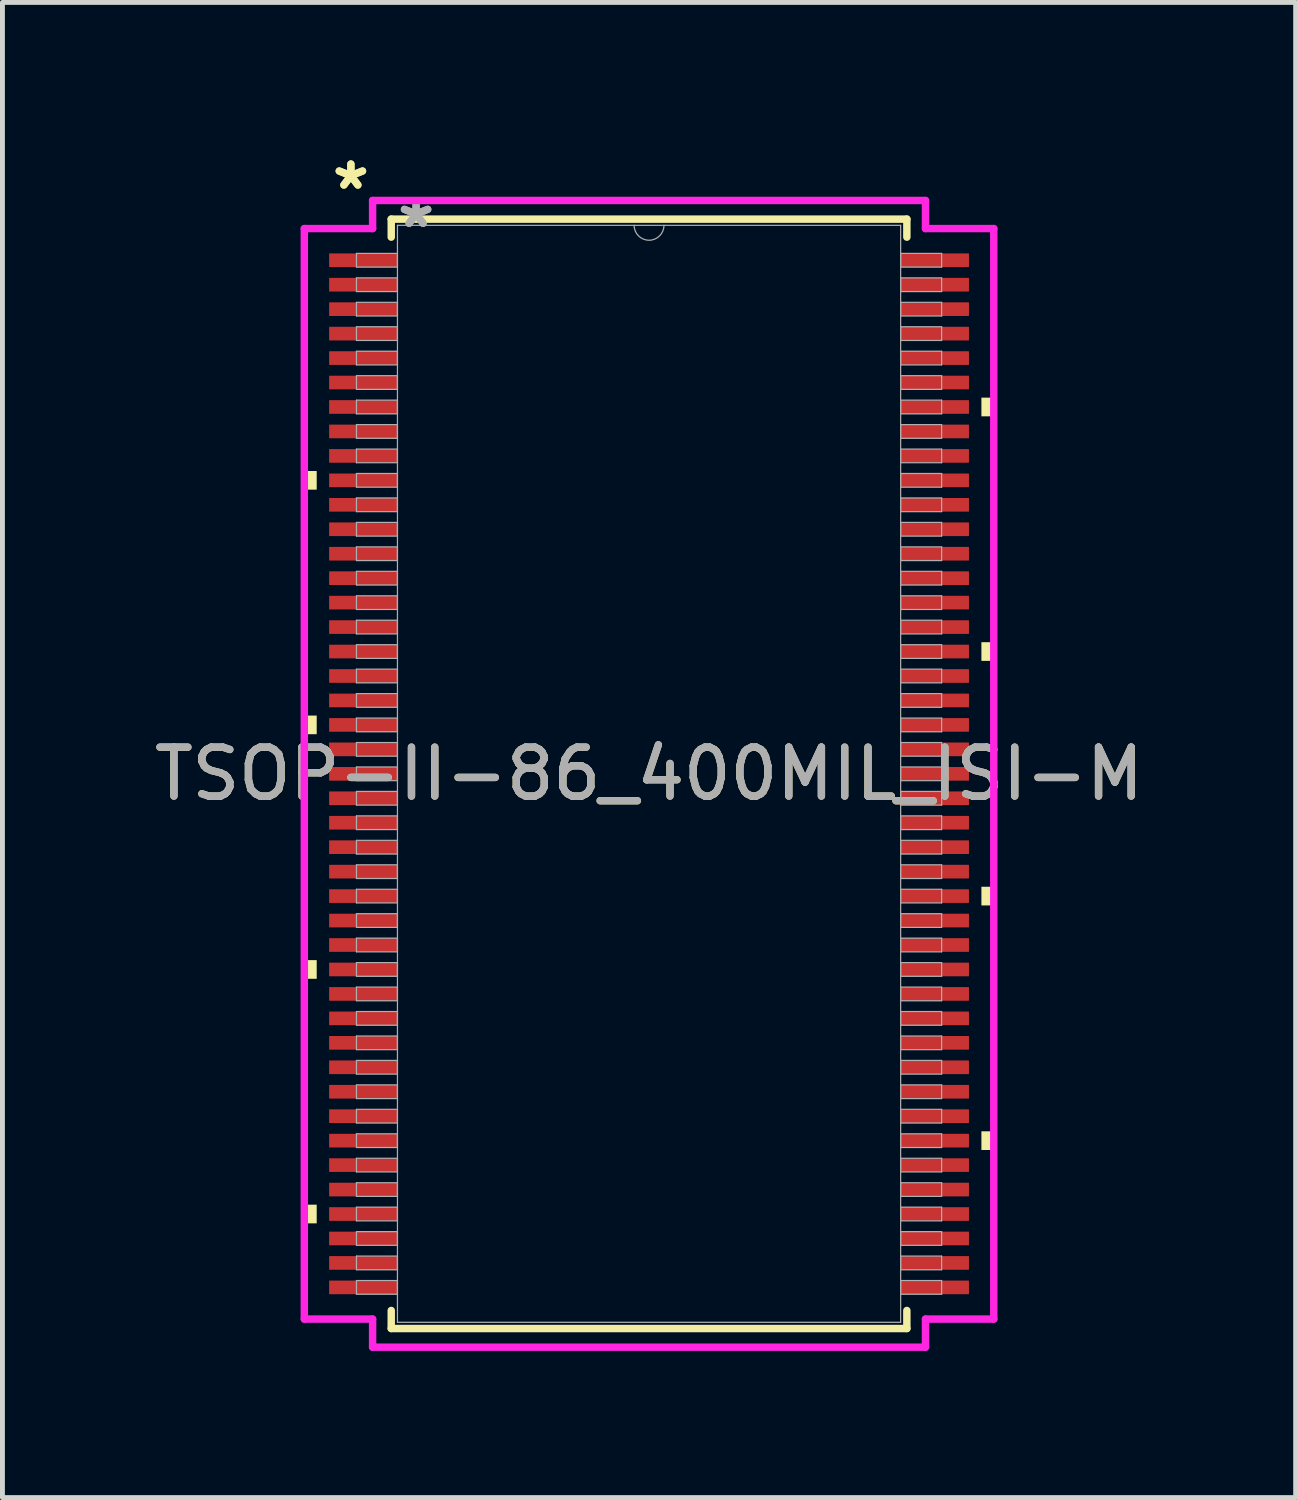
<source format=kicad_pcb>
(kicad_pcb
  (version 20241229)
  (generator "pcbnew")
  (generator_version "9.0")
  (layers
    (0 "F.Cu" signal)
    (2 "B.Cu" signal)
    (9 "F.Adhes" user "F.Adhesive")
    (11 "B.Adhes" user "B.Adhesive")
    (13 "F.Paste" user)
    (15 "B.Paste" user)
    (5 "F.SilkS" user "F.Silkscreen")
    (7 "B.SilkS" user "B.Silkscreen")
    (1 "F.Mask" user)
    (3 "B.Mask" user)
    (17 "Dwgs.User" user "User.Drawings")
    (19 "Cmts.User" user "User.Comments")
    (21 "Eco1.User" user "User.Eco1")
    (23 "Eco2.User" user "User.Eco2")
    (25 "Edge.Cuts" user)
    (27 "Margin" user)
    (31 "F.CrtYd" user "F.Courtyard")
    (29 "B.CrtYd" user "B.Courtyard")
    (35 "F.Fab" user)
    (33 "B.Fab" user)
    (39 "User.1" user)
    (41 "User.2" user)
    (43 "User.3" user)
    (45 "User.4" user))
  (footprint "TSOP-II-86_400MIL_ISI-M"
    (layer "F.Cu")
    (at 10.22 12.771)
    (property "Reference" "TSOP-II-86_400MIL_ISI-M" (at 0 0 0) (unlocked yes) (layer "F.SilkS") (effects (font (size 1 1) (thickness 0.15))))
    (attr smd)
    (fp_line (start -5.271 -11.341) (end -5.271 -10.972) (stroke (width 0.152) (type solid)) (layer "F.SilkS"))
    (fp_line (start -5.271 10.972) (end -5.271 11.341) (stroke (width 0.152) (type solid)) (layer "F.SilkS"))
    (fp_line (start -5.271 11.341) (end 5.271 11.341) (stroke (width 0.152) (type solid)) (layer "F.SilkS"))
    (fp_line (start 5.271 -11.341) (end -5.271 -11.341) (stroke (width 0.152) (type solid)) (layer "F.SilkS"))
    (fp_line (start 5.271 -10.972) (end 5.271 -11.341) (stroke (width 0.152) (type solid)) (layer "F.SilkS"))
    (fp_line (start 5.271 11.341) (end 5.271 10.972) (stroke (width 0.152) (type solid)) (layer "F.SilkS"))
    (fp_poly (pts (xy -7.048 -6.191) (xy -7.048 -5.81) (xy -6.795 -5.81) (xy -6.795 -6.191)) (stroke (width 0) (type solid)) (fill yes) (layer "F.SilkS"))
    (fp_poly (pts (xy -7.048 -1.191) (xy -7.048 -0.81) (xy -6.795 -0.81) (xy -6.795 -1.191)) (stroke (width 0) (type solid)) (fill yes) (layer "F.SilkS"))
    (fp_poly (pts (xy -7.048 3.809) (xy -7.048 4.191) (xy -6.795 4.191) (xy -6.795 3.809)) (stroke (width 0) (type solid)) (fill yes) (layer "F.SilkS"))
    (fp_poly (pts (xy -7.048 8.809) (xy -7.048 9.191) (xy -6.795 9.191) (xy -6.795 8.809)) (stroke (width 0) (type solid)) (fill yes) (layer "F.SilkS"))
    (fp_poly (pts (xy 7.048 -7.691) (xy 7.048 -7.309) (xy 6.795 -7.309) (xy 6.795 -7.691)) (stroke (width 0) (type solid)) (fill yes) (layer "F.SilkS"))
    (fp_poly (pts (xy 7.048 -2.691) (xy 7.048 -2.309) (xy 6.795 -2.309) (xy 6.795 -2.691)) (stroke (width 0) (type solid)) (fill yes) (layer "F.SilkS"))
    (fp_poly (pts (xy 7.048 2.309) (xy 7.048 2.691) (xy 6.795 2.691) (xy 6.795 2.309)) (stroke (width 0) (type solid)) (fill yes) (layer "F.SilkS"))
    (fp_poly (pts (xy 7.048 7.309) (xy 7.048 7.691) (xy 6.795 7.691) (xy 6.795 7.309)) (stroke (width 0) (type solid)) (fill yes) (layer "F.SilkS"))
    (fp_line (start -7.048 -11.148) (end -5.652 -11.148) (stroke (width 0.152) (type solid)) (layer "F.CrtYd"))
    (fp_line (start -7.048 11.148) (end -7.048 -11.148) (stroke (width 0.152) (type solid)) (layer "F.CrtYd"))
    (fp_line (start -7.048 11.148) (end -5.652 11.148) (stroke (width 0.152) (type solid)) (layer "F.CrtYd"))
    (fp_line (start -5.652 -11.722) (end 5.652 -11.722) (stroke (width 0.152) (type solid)) (layer "F.CrtYd"))
    (fp_line (start -5.652 -11.148) (end -5.652 -11.722) (stroke (width 0.152) (type solid)) (layer "F.CrtYd"))
    (fp_line (start -5.652 11.722) (end -5.652 11.148) (stroke (width 0.152) (type solid)) (layer "F.CrtYd"))
    (fp_line (start 5.652 -11.722) (end 5.652 -11.148) (stroke (width 0.152) (type solid)) (layer "F.CrtYd"))
    (fp_line (start 5.652 11.148) (end 5.652 11.722) (stroke (width 0.152) (type solid)) (layer "F.CrtYd"))
    (fp_line (start 5.652 11.722) (end -5.652 11.722) (stroke (width 0.152) (type solid)) (layer "F.CrtYd"))
    (fp_line (start 7.048 -11.148) (end 5.652 -11.148) (stroke (width 0.152) (type solid)) (layer "F.CrtYd"))
    (fp_line (start 7.048 -11.148) (end 7.048 11.148) (stroke (width 0.152) (type solid)) (layer "F.CrtYd"))
    (fp_line (start 7.048 11.148) (end 5.652 11.148) (stroke (width 0.152) (type solid)) (layer "F.CrtYd"))
    (fp_line (start -5.982 -10.64) (end -5.982 -10.36) (stroke (width 0.025) (type solid)) (layer "F.Fab"))
    (fp_line (start -5.982 -10.36) (end -5.144 -10.36) (stroke (width 0.025) (type solid)) (layer "F.Fab"))
    (fp_line (start -5.982 -10.14) (end -5.982 -9.86) (stroke (width 0.025) (type solid)) (layer "F.Fab"))
    (fp_line (start -5.982 -9.86) (end -5.144 -9.86) (stroke (width 0.025) (type solid)) (layer "F.Fab"))
    (fp_line (start -5.982 -9.64) (end -5.982 -9.36) (stroke (width 0.025) (type solid)) (layer "F.Fab"))
    (fp_line (start -5.982 -9.36) (end -5.144 -9.36) (stroke (width 0.025) (type solid)) (layer "F.Fab"))
    (fp_line (start -5.982 -9.14) (end -5.982 -8.86) (stroke (width 0.025) (type solid)) (layer "F.Fab"))
    (fp_line (start -5.982 -8.86) (end -5.144 -8.86) (stroke (width 0.025) (type solid)) (layer "F.Fab"))
    (fp_line (start -5.982 -8.64) (end -5.982 -8.36) (stroke (width 0.025) (type solid)) (layer "F.Fab"))
    (fp_line (start -5.982 -8.36) (end -5.144 -8.36) (stroke (width 0.025) (type solid)) (layer "F.Fab"))
    (fp_line (start -5.982 -8.14) (end -5.982 -7.86) (stroke (width 0.025) (type solid)) (layer "F.Fab"))
    (fp_line (start -5.982 -7.86) (end -5.144 -7.86) (stroke (width 0.025) (type solid)) (layer "F.Fab"))
    (fp_line (start -5.982 -7.64) (end -5.982 -7.36) (stroke (width 0.025) (type solid)) (layer "F.Fab"))
    (fp_line (start -5.982 -7.36) (end -5.144 -7.36) (stroke (width 0.025) (type solid)) (layer "F.Fab"))
    (fp_line (start -5.982 -7.14) (end -5.982 -6.86) (stroke (width 0.025) (type solid)) (layer "F.Fab"))
    (fp_line (start -5.982 -6.86) (end -5.144 -6.86) (stroke (width 0.025) (type solid)) (layer "F.Fab"))
    (fp_line (start -5.982 -6.64) (end -5.982 -6.36) (stroke (width 0.025) (type solid)) (layer "F.Fab"))
    (fp_line (start -5.982 -6.36) (end -5.144 -6.36) (stroke (width 0.025) (type solid)) (layer "F.Fab"))
    (fp_line (start -5.982 -6.14) (end -5.982 -5.86) (stroke (width 0.025) (type solid)) (layer "F.Fab"))
    (fp_line (start -5.982 -5.86) (end -5.144 -5.86) (stroke (width 0.025) (type solid)) (layer "F.Fab"))
    (fp_line (start -5.982 -5.64) (end -5.982 -5.36) (stroke (width 0.025) (type solid)) (layer "F.Fab"))
    (fp_line (start -5.982 -5.36) (end -5.144 -5.36) (stroke (width 0.025) (type solid)) (layer "F.Fab"))
    (fp_line (start -5.982 -5.14) (end -5.982 -4.86) (stroke (width 0.025) (type solid)) (layer "F.Fab"))
    (fp_line (start -5.982 -4.86) (end -5.144 -4.86) (stroke (width 0.025) (type solid)) (layer "F.Fab"))
    (fp_line (start -5.982 -4.64) (end -5.982 -4.36) (stroke (width 0.025) (type solid)) (layer "F.Fab"))
    (fp_line (start -5.982 -4.36) (end -5.144 -4.36) (stroke (width 0.025) (type solid)) (layer "F.Fab"))
    (fp_line (start -5.982 -4.14) (end -5.982 -3.86) (stroke (width 0.025) (type solid)) (layer "F.Fab"))
    (fp_line (start -5.982 -3.86) (end -5.144 -3.86) (stroke (width 0.025) (type solid)) (layer "F.Fab"))
    (fp_line (start -5.982 -3.64) (end -5.982 -3.36) (stroke (width 0.025) (type solid)) (layer "F.Fab"))
    (fp_line (start -5.982 -3.36) (end -5.144 -3.36) (stroke (width 0.025) (type solid)) (layer "F.Fab"))
    (fp_line (start -5.982 -3.14) (end -5.982 -2.86) (stroke (width 0.025) (type solid)) (layer "F.Fab"))
    (fp_line (start -5.982 -2.86) (end -5.144 -2.86) (stroke (width 0.025) (type solid)) (layer "F.Fab"))
    (fp_line (start -5.982 -2.64) (end -5.982 -2.36) (stroke (width 0.025) (type solid)) (layer "F.Fab"))
    (fp_line (start -5.982 -2.36) (end -5.144 -2.36) (stroke (width 0.025) (type solid)) (layer "F.Fab"))
    (fp_line (start -5.982 -2.14) (end -5.982 -1.86) (stroke (width 0.025) (type solid)) (layer "F.Fab"))
    (fp_line (start -5.982 -1.86) (end -5.144 -1.86) (stroke (width 0.025) (type solid)) (layer "F.Fab"))
    (fp_line (start -5.982 -1.64) (end -5.982 -1.36) (stroke (width 0.025) (type solid)) (layer "F.Fab"))
    (fp_line (start -5.982 -1.36) (end -5.144 -1.36) (stroke (width 0.025) (type solid)) (layer "F.Fab"))
    (fp_line (start -5.982 -1.14) (end -5.982 -0.86) (stroke (width 0.025) (type solid)) (layer "F.Fab"))
    (fp_line (start -5.982 -0.86) (end -5.144 -0.86) (stroke (width 0.025) (type solid)) (layer "F.Fab"))
    (fp_line (start -5.982 -0.64) (end -5.982 -0.36) (stroke (width 0.025) (type solid)) (layer "F.Fab"))
    (fp_line (start -5.982 -0.36) (end -5.144 -0.36) (stroke (width 0.025) (type solid)) (layer "F.Fab"))
    (fp_line (start -5.982 -0.14) (end -5.982 0.14) (stroke (width 0.025) (type solid)) (layer "F.Fab"))
    (fp_line (start -5.982 0.14) (end -5.144 0.14) (stroke (width 0.025) (type solid)) (layer "F.Fab"))
    (fp_line (start -5.982 0.36) (end -5.982 0.64) (stroke (width 0.025) (type solid)) (layer "F.Fab"))
    (fp_line (start -5.982 0.64) (end -5.144 0.64) (stroke (width 0.025) (type solid)) (layer "F.Fab"))
    (fp_line (start -5.982 0.86) (end -5.982 1.14) (stroke (width 0.025) (type solid)) (layer "F.Fab"))
    (fp_line (start -5.982 1.14) (end -5.144 1.14) (stroke (width 0.025) (type solid)) (layer "F.Fab"))
    (fp_line (start -5.982 1.36) (end -5.982 1.64) (stroke (width 0.025) (type solid)) (layer "F.Fab"))
    (fp_line (start -5.982 1.64) (end -5.144 1.64) (stroke (width 0.025) (type solid)) (layer "F.Fab"))
    (fp_line (start -5.982 1.86) (end -5.982 2.14) (stroke (width 0.025) (type solid)) (layer "F.Fab"))
    (fp_line (start -5.982 2.14) (end -5.144 2.14) (stroke (width 0.025) (type solid)) (layer "F.Fab"))
    (fp_line (start -5.982 2.36) (end -5.982 2.64) (stroke (width 0.025) (type solid)) (layer "F.Fab"))
    (fp_line (start -5.982 2.64) (end -5.144 2.64) (stroke (width 0.025) (type solid)) (layer "F.Fab"))
    (fp_line (start -5.982 2.86) (end -5.982 3.14) (stroke (width 0.025) (type solid)) (layer "F.Fab"))
    (fp_line (start -5.982 3.14) (end -5.144 3.14) (stroke (width 0.025) (type solid)) (layer "F.Fab"))
    (fp_line (start -5.982 3.36) (end -5.982 3.64) (stroke (width 0.025) (type solid)) (layer "F.Fab"))
    (fp_line (start -5.982 3.64) (end -5.144 3.64) (stroke (width 0.025) (type solid)) (layer "F.Fab"))
    (fp_line (start -5.982 3.86) (end -5.982 4.14) (stroke (width 0.025) (type solid)) (layer "F.Fab"))
    (fp_line (start -5.982 4.14) (end -5.144 4.14) (stroke (width 0.025) (type solid)) (layer "F.Fab"))
    (fp_line (start -5.982 4.36) (end -5.982 4.64) (stroke (width 0.025) (type solid)) (layer "F.Fab"))
    (fp_line (start -5.982 4.64) (end -5.144 4.64) (stroke (width 0.025) (type solid)) (layer "F.Fab"))
    (fp_line (start -5.982 4.86) (end -5.982 5.14) (stroke (width 0.025) (type solid)) (layer "F.Fab"))
    (fp_line (start -5.982 5.14) (end -5.144 5.14) (stroke (width 0.025) (type solid)) (layer "F.Fab"))
    (fp_line (start -5.982 5.36) (end -5.982 5.64) (stroke (width 0.025) (type solid)) (layer "F.Fab"))
    (fp_line (start -5.982 5.64) (end -5.144 5.64) (stroke (width 0.025) (type solid)) (layer "F.Fab"))
    (fp_line (start -5.982 5.86) (end -5.982 6.14) (stroke (width 0.025) (type solid)) (layer "F.Fab"))
    (fp_line (start -5.982 6.14) (end -5.144 6.14) (stroke (width 0.025) (type solid)) (layer "F.Fab"))
    (fp_line (start -5.982 6.36) (end -5.982 6.64) (stroke (width 0.025) (type solid)) (layer "F.Fab"))
    (fp_line (start -5.982 6.64) (end -5.144 6.64) (stroke (width 0.025) (type solid)) (layer "F.Fab"))
    (fp_line (start -5.982 6.86) (end -5.982 7.14) (stroke (width 0.025) (type solid)) (layer "F.Fab"))
    (fp_line (start -5.982 7.14) (end -5.144 7.14) (stroke (width 0.025) (type solid)) (layer "F.Fab"))
    (fp_line (start -5.982 7.36) (end -5.982 7.64) (stroke (width 0.025) (type solid)) (layer "F.Fab"))
    (fp_line (start -5.982 7.64) (end -5.144 7.64) (stroke (width 0.025) (type solid)) (layer "F.Fab"))
    (fp_line (start -5.982 7.86) (end -5.982 8.14) (stroke (width 0.025) (type solid)) (layer "F.Fab"))
    (fp_line (start -5.982 8.14) (end -5.144 8.14) (stroke (width 0.025) (type solid)) (layer "F.Fab"))
    (fp_line (start -5.982 8.36) (end -5.982 8.64) (stroke (width 0.025) (type solid)) (layer "F.Fab"))
    (fp_line (start -5.982 8.64) (end -5.144 8.64) (stroke (width 0.025) (type solid)) (layer "F.Fab"))
    (fp_line (start -5.982 8.86) (end -5.982 9.14) (stroke (width 0.025) (type solid)) (layer "F.Fab"))
    (fp_line (start -5.982 9.14) (end -5.144 9.14) (stroke (width 0.025) (type solid)) (layer "F.Fab"))
    (fp_line (start -5.982 9.36) (end -5.982 9.64) (stroke (width 0.025) (type solid)) (layer "F.Fab"))
    (fp_line (start -5.982 9.64) (end -5.144 9.64) (stroke (width 0.025) (type solid)) (layer "F.Fab"))
    (fp_line (start -5.982 9.86) (end -5.982 10.14) (stroke (width 0.025) (type solid)) (layer "F.Fab"))
    (fp_line (start -5.982 10.14) (end -5.144 10.14) (stroke (width 0.025) (type solid)) (layer "F.Fab"))
    (fp_line (start -5.982 10.36) (end -5.982 10.64) (stroke (width 0.025) (type solid)) (layer "F.Fab"))
    (fp_line (start -5.982 10.64) (end -5.144 10.64) (stroke (width 0.025) (type solid)) (layer "F.Fab"))
    (fp_line (start -5.144 -11.214) (end -5.144 11.214) (stroke (width 0.025) (type solid)) (layer "F.Fab"))
    (fp_line (start -5.144 -10.64) (end -5.982 -10.64) (stroke (width 0.025) (type solid)) (layer "F.Fab"))
    (fp_line (start -5.144 -10.36) (end -5.144 -10.64) (stroke (width 0.025) (type solid)) (layer "F.Fab"))
    (fp_line (start -5.144 -10.14) (end -5.982 -10.14) (stroke (width 0.025) (type solid)) (layer "F.Fab"))
    (fp_line (start -5.144 -9.86) (end -5.144 -10.14) (stroke (width 0.025) (type solid)) (layer "F.Fab"))
    (fp_line (start -5.144 -9.64) (end -5.982 -9.64) (stroke (width 0.025) (type solid)) (layer "F.Fab"))
    (fp_line (start -5.144 -9.36) (end -5.144 -9.64) (stroke (width 0.025) (type solid)) (layer "F.Fab"))
    (fp_line (start -5.144 -9.14) (end -5.982 -9.14) (stroke (width 0.025) (type solid)) (layer "F.Fab"))
    (fp_line (start -5.144 -8.86) (end -5.144 -9.14) (stroke (width 0.025) (type solid)) (layer "F.Fab"))
    (fp_line (start -5.144 -8.64) (end -5.982 -8.64) (stroke (width 0.025) (type solid)) (layer "F.Fab"))
    (fp_line (start -5.144 -8.36) (end -5.144 -8.64) (stroke (width 0.025) (type solid)) (layer "F.Fab"))
    (fp_line (start -5.144 -8.14) (end -5.982 -8.14) (stroke (width 0.025) (type solid)) (layer "F.Fab"))
    (fp_line (start -5.144 -7.86) (end -5.144 -8.14) (stroke (width 0.025) (type solid)) (layer "F.Fab"))
    (fp_line (start -5.144 -7.64) (end -5.982 -7.64) (stroke (width 0.025) (type solid)) (layer "F.Fab"))
    (fp_line (start -5.144 -7.36) (end -5.144 -7.64) (stroke (width 0.025) (type solid)) (layer "F.Fab"))
    (fp_line (start -5.144 -7.14) (end -5.982 -7.14) (stroke (width 0.025) (type solid)) (layer "F.Fab"))
    (fp_line (start -5.144 -6.86) (end -5.144 -7.14) (stroke (width 0.025) (type solid)) (layer "F.Fab"))
    (fp_line (start -5.144 -6.64) (end -5.982 -6.64) (stroke (width 0.025) (type solid)) (layer "F.Fab"))
    (fp_line (start -5.144 -6.36) (end -5.144 -6.64) (stroke (width 0.025) (type solid)) (layer "F.Fab"))
    (fp_line (start -5.144 -6.14) (end -5.982 -6.14) (stroke (width 0.025) (type solid)) (layer "F.Fab"))
    (fp_line (start -5.144 -5.86) (end -5.144 -6.14) (stroke (width 0.025) (type solid)) (layer "F.Fab"))
    (fp_line (start -5.144 -5.64) (end -5.982 -5.64) (stroke (width 0.025) (type solid)) (layer "F.Fab"))
    (fp_line (start -5.144 -5.36) (end -5.144 -5.64) (stroke (width 0.025) (type solid)) (layer "F.Fab"))
    (fp_line (start -5.144 -5.14) (end -5.982 -5.14) (stroke (width 0.025) (type solid)) (layer "F.Fab"))
    (fp_line (start -5.144 -4.86) (end -5.144 -5.14) (stroke (width 0.025) (type solid)) (layer "F.Fab"))
    (fp_line (start -5.144 -4.64) (end -5.982 -4.64) (stroke (width 0.025) (type solid)) (layer "F.Fab"))
    (fp_line (start -5.144 -4.36) (end -5.144 -4.64) (stroke (width 0.025) (type solid)) (layer "F.Fab"))
    (fp_line (start -5.144 -4.14) (end -5.982 -4.14) (stroke (width 0.025) (type solid)) (layer "F.Fab"))
    (fp_line (start -5.144 -3.86) (end -5.144 -4.14) (stroke (width 0.025) (type solid)) (layer "F.Fab"))
    (fp_line (start -5.144 -3.64) (end -5.982 -3.64) (stroke (width 0.025) (type solid)) (layer "F.Fab"))
    (fp_line (start -5.144 -3.36) (end -5.144 -3.64) (stroke (width 0.025) (type solid)) (layer "F.Fab"))
    (fp_line (start -5.144 -3.14) (end -5.982 -3.14) (stroke (width 0.025) (type solid)) (layer "F.Fab"))
    (fp_line (start -5.144 -2.86) (end -5.144 -3.14) (stroke (width 0.025) (type solid)) (layer "F.Fab"))
    (fp_line (start -5.144 -2.64) (end -5.982 -2.64) (stroke (width 0.025) (type solid)) (layer "F.Fab"))
    (fp_line (start -5.144 -2.36) (end -5.144 -2.64) (stroke (width 0.025) (type solid)) (layer "F.Fab"))
    (fp_line (start -5.144 -2.14) (end -5.982 -2.14) (stroke (width 0.025) (type solid)) (layer "F.Fab"))
    (fp_line (start -5.144 -1.86) (end -5.144 -2.14) (stroke (width 0.025) (type solid)) (layer "F.Fab"))
    (fp_line (start -5.144 -1.64) (end -5.982 -1.64) (stroke (width 0.025) (type solid)) (layer "F.Fab"))
    (fp_line (start -5.144 -1.36) (end -5.144 -1.64) (stroke (width 0.025) (type solid)) (layer "F.Fab"))
    (fp_line (start -5.144 -1.14) (end -5.982 -1.14) (stroke (width 0.025) (type solid)) (layer "F.Fab"))
    (fp_line (start -5.144 -0.86) (end -5.144 -1.14) (stroke (width 0.025) (type solid)) (layer "F.Fab"))
    (fp_line (start -5.144 -0.64) (end -5.982 -0.64) (stroke (width 0.025) (type solid)) (layer "F.Fab"))
    (fp_line (start -5.144 -0.36) (end -5.144 -0.64) (stroke (width 0.025) (type solid)) (layer "F.Fab"))
    (fp_line (start -5.144 -0.14) (end -5.982 -0.14) (stroke (width 0.025) (type solid)) (layer "F.Fab"))
    (fp_line (start -5.144 0.14) (end -5.144 -0.14) (stroke (width 0.025) (type solid)) (layer "F.Fab"))
    (fp_line (start -5.144 0.36) (end -5.982 0.36) (stroke (width 0.025) (type solid)) (layer "F.Fab"))
    (fp_line (start -5.144 0.64) (end -5.144 0.36) (stroke (width 0.025) (type solid)) (layer "F.Fab"))
    (fp_line (start -5.144 0.86) (end -5.982 0.86) (stroke (width 0.025) (type solid)) (layer "F.Fab"))
    (fp_line (start -5.144 1.14) (end -5.144 0.86) (stroke (width 0.025) (type solid)) (layer "F.Fab"))
    (fp_line (start -5.144 1.36) (end -5.982 1.36) (stroke (width 0.025) (type solid)) (layer "F.Fab"))
    (fp_line (start -5.144 1.64) (end -5.144 1.36) (stroke (width 0.025) (type solid)) (layer "F.Fab"))
    (fp_line (start -5.144 1.86) (end -5.982 1.86) (stroke (width 0.025) (type solid)) (layer "F.Fab"))
    (fp_line (start -5.144 2.14) (end -5.144 1.86) (stroke (width 0.025) (type solid)) (layer "F.Fab"))
    (fp_line (start -5.144 2.36) (end -5.982 2.36) (stroke (width 0.025) (type solid)) (layer "F.Fab"))
    (fp_line (start -5.144 2.64) (end -5.144 2.36) (stroke (width 0.025) (type solid)) (layer "F.Fab"))
    (fp_line (start -5.144 2.86) (end -5.982 2.86) (stroke (width 0.025) (type solid)) (layer "F.Fab"))
    (fp_line (start -5.144 3.14) (end -5.144 2.86) (stroke (width 0.025) (type solid)) (layer "F.Fab"))
    (fp_line (start -5.144 3.36) (end -5.982 3.36) (stroke (width 0.025) (type solid)) (layer "F.Fab"))
    (fp_line (start -5.144 3.64) (end -5.144 3.36) (stroke (width 0.025) (type solid)) (layer "F.Fab"))
    (fp_line (start -5.144 3.86) (end -5.982 3.86) (stroke (width 0.025) (type solid)) (layer "F.Fab"))
    (fp_line (start -5.144 4.14) (end -5.144 3.86) (stroke (width 0.025) (type solid)) (layer "F.Fab"))
    (fp_line (start -5.144 4.36) (end -5.982 4.36) (stroke (width 0.025) (type solid)) (layer "F.Fab"))
    (fp_line (start -5.144 4.64) (end -5.144 4.36) (stroke (width 0.025) (type solid)) (layer "F.Fab"))
    (fp_line (start -5.144 4.86) (end -5.982 4.86) (stroke (width 0.025) (type solid)) (layer "F.Fab"))
    (fp_line (start -5.144 5.14) (end -5.144 4.86) (stroke (width 0.025) (type solid)) (layer "F.Fab"))
    (fp_line (start -5.144 5.36) (end -5.982 5.36) (stroke (width 0.025) (type solid)) (layer "F.Fab"))
    (fp_line (start -5.144 5.64) (end -5.144 5.36) (stroke (width 0.025) (type solid)) (layer "F.Fab"))
    (fp_line (start -5.144 5.86) (end -5.982 5.86) (stroke (width 0.025) (type solid)) (layer "F.Fab"))
    (fp_line (start -5.144 6.14) (end -5.144 5.86) (stroke (width 0.025) (type solid)) (layer "F.Fab"))
    (fp_line (start -5.144 6.36) (end -5.982 6.36) (stroke (width 0.025) (type solid)) (layer "F.Fab"))
    (fp_line (start -5.144 6.64) (end -5.144 6.36) (stroke (width 0.025) (type solid)) (layer "F.Fab"))
    (fp_line (start -5.144 6.86) (end -5.982 6.86) (stroke (width 0.025) (type solid)) (layer "F.Fab"))
    (fp_line (start -5.144 7.14) (end -5.144 6.86) (stroke (width 0.025) (type solid)) (layer "F.Fab"))
    (fp_line (start -5.144 7.36) (end -5.982 7.36) (stroke (width 0.025) (type solid)) (layer "F.Fab"))
    (fp_line (start -5.144 7.64) (end -5.144 7.36) (stroke (width 0.025) (type solid)) (layer "F.Fab"))
    (fp_line (start -5.144 7.86) (end -5.982 7.86) (stroke (width 0.025) (type solid)) (layer "F.Fab"))
    (fp_line (start -5.144 8.14) (end -5.144 7.86) (stroke (width 0.025) (type solid)) (layer "F.Fab"))
    (fp_line (start -5.144 8.36) (end -5.982 8.36) (stroke (width 0.025) (type solid)) (layer "F.Fab"))
    (fp_line (start -5.144 8.64) (end -5.144 8.36) (stroke (width 0.025) (type solid)) (layer "F.Fab"))
    (fp_line (start -5.144 8.86) (end -5.982 8.86) (stroke (width 0.025) (type solid)) (layer "F.Fab"))
    (fp_line (start -5.144 9.14) (end -5.144 8.86) (stroke (width 0.025) (type solid)) (layer "F.Fab"))
    (fp_line (start -5.144 9.36) (end -5.982 9.36) (stroke (width 0.025) (type solid)) (layer "F.Fab"))
    (fp_line (start -5.144 9.64) (end -5.144 9.36) (stroke (width 0.025) (type solid)) (layer "F.Fab"))
    (fp_line (start -5.144 9.86) (end -5.982 9.86) (stroke (width 0.025) (type solid)) (layer "F.Fab"))
    (fp_line (start -5.144 10.14) (end -5.144 9.86) (stroke (width 0.025) (type solid)) (layer "F.Fab"))
    (fp_line (start -5.144 10.36) (end -5.982 10.36) (stroke (width 0.025) (type solid)) (layer "F.Fab"))
    (fp_line (start -5.144 10.64) (end -5.144 10.36) (stroke (width 0.025) (type solid)) (layer "F.Fab"))
    (fp_line (start -5.144 11.214) (end 5.144 11.214) (stroke (width 0.025) (type solid)) (layer "F.Fab"))
    (fp_line (start 5.144 -11.214) (end -5.144 -11.214) (stroke (width 0.025) (type solid)) (layer "F.Fab"))
    (fp_line (start 5.144 -10.64) (end 5.144 -10.36) (stroke (width 0.025) (type solid)) (layer "F.Fab"))
    (fp_line (start 5.144 -10.36) (end 5.982 -10.36) (stroke (width 0.025) (type solid)) (layer "F.Fab"))
    (fp_line (start 5.144 -10.14) (end 5.144 -9.86) (stroke (width 0.025) (type solid)) (layer "F.Fab"))
    (fp_line (start 5.144 -9.86) (end 5.982 -9.86) (stroke (width 0.025) (type solid)) (layer "F.Fab"))
    (fp_line (start 5.144 -9.64) (end 5.144 -9.36) (stroke (width 0.025) (type solid)) (layer "F.Fab"))
    (fp_line (start 5.144 -9.36) (end 5.982 -9.36) (stroke (width 0.025) (type solid)) (layer "F.Fab"))
    (fp_line (start 5.144 -9.14) (end 5.144 -8.86) (stroke (width 0.025) (type solid)) (layer "F.Fab"))
    (fp_line (start 5.144 -8.86) (end 5.982 -8.86) (stroke (width 0.025) (type solid)) (layer "F.Fab"))
    (fp_line (start 5.144 -8.64) (end 5.144 -8.36) (stroke (width 0.025) (type solid)) (layer "F.Fab"))
    (fp_line (start 5.144 -8.36) (end 5.982 -8.36) (stroke (width 0.025) (type solid)) (layer "F.Fab"))
    (fp_line (start 5.144 -8.14) (end 5.144 -7.86) (stroke (width 0.025) (type solid)) (layer "F.Fab"))
    (fp_line (start 5.144 -7.86) (end 5.982 -7.86) (stroke (width 0.025) (type solid)) (layer "F.Fab"))
    (fp_line (start 5.144 -7.64) (end 5.144 -7.36) (stroke (width 0.025) (type solid)) (layer "F.Fab"))
    (fp_line (start 5.144 -7.36) (end 5.982 -7.36) (stroke (width 0.025) (type solid)) (layer "F.Fab"))
    (fp_line (start 5.144 -7.14) (end 5.144 -6.86) (stroke (width 0.025) (type solid)) (layer "F.Fab"))
    (fp_line (start 5.144 -6.86) (end 5.982 -6.86) (stroke (width 0.025) (type solid)) (layer "F.Fab"))
    (fp_line (start 5.144 -6.64) (end 5.144 -6.36) (stroke (width 0.025) (type solid)) (layer "F.Fab"))
    (fp_line (start 5.144 -6.36) (end 5.982 -6.36) (stroke (width 0.025) (type solid)) (layer "F.Fab"))
    (fp_line (start 5.144 -6.14) (end 5.144 -5.86) (stroke (width 0.025) (type solid)) (layer "F.Fab"))
    (fp_line (start 5.144 -5.86) (end 5.982 -5.86) (stroke (width 0.025) (type solid)) (layer "F.Fab"))
    (fp_line (start 5.144 -5.64) (end 5.144 -5.36) (stroke (width 0.025) (type solid)) (layer "F.Fab"))
    (fp_line (start 5.144 -5.36) (end 5.982 -5.36) (stroke (width 0.025) (type solid)) (layer "F.Fab"))
    (fp_line (start 5.144 -5.14) (end 5.144 -4.86) (stroke (width 0.025) (type solid)) (layer "F.Fab"))
    (fp_line (start 5.144 -4.86) (end 5.982 -4.86) (stroke (width 0.025) (type solid)) (layer "F.Fab"))
    (fp_line (start 5.144 -4.64) (end 5.144 -4.36) (stroke (width 0.025) (type solid)) (layer "F.Fab"))
    (fp_line (start 5.144 -4.36) (end 5.982 -4.36) (stroke (width 0.025) (type solid)) (layer "F.Fab"))
    (fp_line (start 5.144 -4.14) (end 5.144 -3.86) (stroke (width 0.025) (type solid)) (layer "F.Fab"))
    (fp_line (start 5.144 -3.86) (end 5.982 -3.86) (stroke (width 0.025) (type solid)) (layer "F.Fab"))
    (fp_line (start 5.144 -3.64) (end 5.144 -3.36) (stroke (width 0.025) (type solid)) (layer "F.Fab"))
    (fp_line (start 5.144 -3.36) (end 5.982 -3.36) (stroke (width 0.025) (type solid)) (layer "F.Fab"))
    (fp_line (start 5.144 -3.14) (end 5.144 -2.86) (stroke (width 0.025) (type solid)) (layer "F.Fab"))
    (fp_line (start 5.144 -2.86) (end 5.982 -2.86) (stroke (width 0.025) (type solid)) (layer "F.Fab"))
    (fp_line (start 5.144 -2.64) (end 5.144 -2.36) (stroke (width 0.025) (type solid)) (layer "F.Fab"))
    (fp_line (start 5.144 -2.36) (end 5.982 -2.36) (stroke (width 0.025) (type solid)) (layer "F.Fab"))
    (fp_line (start 5.144 -2.14) (end 5.144 -1.86) (stroke (width 0.025) (type solid)) (layer "F.Fab"))
    (fp_line (start 5.144 -1.86) (end 5.982 -1.86) (stroke (width 0.025) (type solid)) (layer "F.Fab"))
    (fp_line (start 5.144 -1.64) (end 5.144 -1.36) (stroke (width 0.025) (type solid)) (layer "F.Fab"))
    (fp_line (start 5.144 -1.36) (end 5.982 -1.36) (stroke (width 0.025) (type solid)) (layer "F.Fab"))
    (fp_line (start 5.144 -1.14) (end 5.144 -0.86) (stroke (width 0.025) (type solid)) (layer "F.Fab"))
    (fp_line (start 5.144 -0.86) (end 5.982 -0.86) (stroke (width 0.025) (type solid)) (layer "F.Fab"))
    (fp_line (start 5.144 -0.64) (end 5.144 -0.36) (stroke (width 0.025) (type solid)) (layer "F.Fab"))
    (fp_line (start 5.144 -0.36) (end 5.982 -0.36) (stroke (width 0.025) (type solid)) (layer "F.Fab"))
    (fp_line (start 5.144 -0.14) (end 5.144 0.14) (stroke (width 0.025) (type solid)) (layer "F.Fab"))
    (fp_line (start 5.144 0.14) (end 5.982 0.14) (stroke (width 0.025) (type solid)) (layer "F.Fab"))
    (fp_line (start 5.144 0.36) (end 5.144 0.64) (stroke (width 0.025) (type solid)) (layer "F.Fab"))
    (fp_line (start 5.144 0.64) (end 5.982 0.64) (stroke (width 0.025) (type solid)) (layer "F.Fab"))
    (fp_line (start 5.144 0.86) (end 5.144 1.14) (stroke (width 0.025) (type solid)) (layer "F.Fab"))
    (fp_line (start 5.144 1.14) (end 5.982 1.14) (stroke (width 0.025) (type solid)) (layer "F.Fab"))
    (fp_line (start 5.144 1.36) (end 5.144 1.64) (stroke (width 0.025) (type solid)) (layer "F.Fab"))
    (fp_line (start 5.144 1.64) (end 5.982 1.64) (stroke (width 0.025) (type solid)) (layer "F.Fab"))
    (fp_line (start 5.144 1.86) (end 5.144 2.14) (stroke (width 0.025) (type solid)) (layer "F.Fab"))
    (fp_line (start 5.144 2.14) (end 5.982 2.14) (stroke (width 0.025) (type solid)) (layer "F.Fab"))
    (fp_line (start 5.144 2.36) (end 5.144 2.64) (stroke (width 0.025) (type solid)) (layer "F.Fab"))
    (fp_line (start 5.144 2.64) (end 5.982 2.64) (stroke (width 0.025) (type solid)) (layer "F.Fab"))
    (fp_line (start 5.144 2.86) (end 5.144 3.14) (stroke (width 0.025) (type solid)) (layer "F.Fab"))
    (fp_line (start 5.144 3.14) (end 5.982 3.14) (stroke (width 0.025) (type solid)) (layer "F.Fab"))
    (fp_line (start 5.144 3.36) (end 5.144 3.64) (stroke (width 0.025) (type solid)) (layer "F.Fab"))
    (fp_line (start 5.144 3.64) (end 5.982 3.64) (stroke (width 0.025) (type solid)) (layer "F.Fab"))
    (fp_line (start 5.144 3.86) (end 5.144 4.14) (stroke (width 0.025) (type solid)) (layer "F.Fab"))
    (fp_line (start 5.144 4.14) (end 5.982 4.14) (stroke (width 0.025) (type solid)) (layer "F.Fab"))
    (fp_line (start 5.144 4.36) (end 5.144 4.64) (stroke (width 0.025) (type solid)) (layer "F.Fab"))
    (fp_line (start 5.144 4.64) (end 5.982 4.64) (stroke (width 0.025) (type solid)) (layer "F.Fab"))
    (fp_line (start 5.144 4.86) (end 5.144 5.14) (stroke (width 0.025) (type solid)) (layer "F.Fab"))
    (fp_line (start 5.144 5.14) (end 5.982 5.14) (stroke (width 0.025) (type solid)) (layer "F.Fab"))
    (fp_line (start 5.144 5.36) (end 5.144 5.64) (stroke (width 0.025) (type solid)) (layer "F.Fab"))
    (fp_line (start 5.144 5.64) (end 5.982 5.64) (stroke (width 0.025) (type solid)) (layer "F.Fab"))
    (fp_line (start 5.144 5.86) (end 5.144 6.14) (stroke (width 0.025) (type solid)) (layer "F.Fab"))
    (fp_line (start 5.144 6.14) (end 5.982 6.14) (stroke (width 0.025) (type solid)) (layer "F.Fab"))
    (fp_line (start 5.144 6.36) (end 5.144 6.64) (stroke (width 0.025) (type solid)) (layer "F.Fab"))
    (fp_line (start 5.144 6.64) (end 5.982 6.64) (stroke (width 0.025) (type solid)) (layer "F.Fab"))
    (fp_line (start 5.144 6.86) (end 5.144 7.14) (stroke (width 0.025) (type solid)) (layer "F.Fab"))
    (fp_line (start 5.144 7.14) (end 5.982 7.14) (stroke (width 0.025) (type solid)) (layer "F.Fab"))
    (fp_line (start 5.144 7.36) (end 5.144 7.64) (stroke (width 0.025) (type solid)) (layer "F.Fab"))
    (fp_line (start 5.144 7.64) (end 5.982 7.64) (stroke (width 0.025) (type solid)) (layer "F.Fab"))
    (fp_line (start 5.144 7.86) (end 5.144 8.14) (stroke (width 0.025) (type solid)) (layer "F.Fab"))
    (fp_line (start 5.144 8.14) (end 5.982 8.14) (stroke (width 0.025) (type solid)) (layer "F.Fab"))
    (fp_line (start 5.144 8.36) (end 5.144 8.64) (stroke (width 0.025) (type solid)) (layer "F.Fab"))
    (fp_line (start 5.144 8.64) (end 5.982 8.64) (stroke (width 0.025) (type solid)) (layer "F.Fab"))
    (fp_line (start 5.144 8.86) (end 5.144 9.14) (stroke (width 0.025) (type solid)) (layer "F.Fab"))
    (fp_line (start 5.144 9.14) (end 5.982 9.14) (stroke (width 0.025) (type solid)) (layer "F.Fab"))
    (fp_line (start 5.144 9.36) (end 5.144 9.64) (stroke (width 0.025) (type solid)) (layer "F.Fab"))
    (fp_line (start 5.144 9.64) (end 5.982 9.64) (stroke (width 0.025) (type solid)) (layer "F.Fab"))
    (fp_line (start 5.144 9.86) (end 5.144 10.14) (stroke (width 0.025) (type solid)) (layer "F.Fab"))
    (fp_line (start 5.144 10.14) (end 5.982 10.14) (stroke (width 0.025) (type solid)) (layer "F.Fab"))
    (fp_line (start 5.144 10.36) (end 5.144 10.64) (stroke (width 0.025) (type solid)) (layer "F.Fab"))
    (fp_line (start 5.144 10.64) (end 5.982 10.64) (stroke (width 0.025) (type solid)) (layer "F.Fab"))
    (fp_line (start 5.144 11.214) (end 5.144 -11.214) (stroke (width 0.025) (type solid)) (layer "F.Fab"))
    (fp_line (start 5.982 -10.64) (end 5.144 -10.64) (stroke (width 0.025) (type solid)) (layer "F.Fab"))
    (fp_line (start 5.982 -10.36) (end 5.982 -10.64) (stroke (width 0.025) (type solid)) (layer "F.Fab"))
    (fp_line (start 5.982 -10.14) (end 5.144 -10.14) (stroke (width 0.025) (type solid)) (layer "F.Fab"))
    (fp_line (start 5.982 -9.86) (end 5.982 -10.14) (stroke (width 0.025) (type solid)) (layer "F.Fab"))
    (fp_line (start 5.982 -9.64) (end 5.144 -9.64) (stroke (width 0.025) (type solid)) (layer "F.Fab"))
    (fp_line (start 5.982 -9.36) (end 5.982 -9.64) (stroke (width 0.025) (type solid)) (layer "F.Fab"))
    (fp_line (start 5.982 -9.14) (end 5.144 -9.14) (stroke (width 0.025) (type solid)) (layer "F.Fab"))
    (fp_line (start 5.982 -8.86) (end 5.982 -9.14) (stroke (width 0.025) (type solid)) (layer "F.Fab"))
    (fp_line (start 5.982 -8.64) (end 5.144 -8.64) (stroke (width 0.025) (type solid)) (layer "F.Fab"))
    (fp_line (start 5.982 -8.36) (end 5.982 -8.64) (stroke (width 0.025) (type solid)) (layer "F.Fab"))
    (fp_line (start 5.982 -8.14) (end 5.144 -8.14) (stroke (width 0.025) (type solid)) (layer "F.Fab"))
    (fp_line (start 5.982 -7.86) (end 5.982 -8.14) (stroke (width 0.025) (type solid)) (layer "F.Fab"))
    (fp_line (start 5.982 -7.64) (end 5.144 -7.64) (stroke (width 0.025) (type solid)) (layer "F.Fab"))
    (fp_line (start 5.982 -7.36) (end 5.982 -7.64) (stroke (width 0.025) (type solid)) (layer "F.Fab"))
    (fp_line (start 5.982 -7.14) (end 5.144 -7.14) (stroke (width 0.025) (type solid)) (layer "F.Fab"))
    (fp_line (start 5.982 -6.86) (end 5.982 -7.14) (stroke (width 0.025) (type solid)) (layer "F.Fab"))
    (fp_line (start 5.982 -6.64) (end 5.144 -6.64) (stroke (width 0.025) (type solid)) (layer "F.Fab"))
    (fp_line (start 5.982 -6.36) (end 5.982 -6.64) (stroke (width 0.025) (type solid)) (layer "F.Fab"))
    (fp_line (start 5.982 -6.14) (end 5.144 -6.14) (stroke (width 0.025) (type solid)) (layer "F.Fab"))
    (fp_line (start 5.982 -5.86) (end 5.982 -6.14) (stroke (width 0.025) (type solid)) (layer "F.Fab"))
    (fp_line (start 5.982 -5.64) (end 5.144 -5.64) (stroke (width 0.025) (type solid)) (layer "F.Fab"))
    (fp_line (start 5.982 -5.36) (end 5.982 -5.64) (stroke (width 0.025) (type solid)) (layer "F.Fab"))
    (fp_line (start 5.982 -5.14) (end 5.144 -5.14) (stroke (width 0.025) (type solid)) (layer "F.Fab"))
    (fp_line (start 5.982 -4.86) (end 5.982 -5.14) (stroke (width 0.025) (type solid)) (layer "F.Fab"))
    (fp_line (start 5.982 -4.64) (end 5.144 -4.64) (stroke (width 0.025) (type solid)) (layer "F.Fab"))
    (fp_line (start 5.982 -4.36) (end 5.982 -4.64) (stroke (width 0.025) (type solid)) (layer "F.Fab"))
    (fp_line (start 5.982 -4.14) (end 5.144 -4.14) (stroke (width 0.025) (type solid)) (layer "F.Fab"))
    (fp_line (start 5.982 -3.86) (end 5.982 -4.14) (stroke (width 0.025) (type solid)) (layer "F.Fab"))
    (fp_line (start 5.982 -3.64) (end 5.144 -3.64) (stroke (width 0.025) (type solid)) (layer "F.Fab"))
    (fp_line (start 5.982 -3.36) (end 5.982 -3.64) (stroke (width 0.025) (type solid)) (layer "F.Fab"))
    (fp_line (start 5.982 -3.14) (end 5.144 -3.14) (stroke (width 0.025) (type solid)) (layer "F.Fab"))
    (fp_line (start 5.982 -2.86) (end 5.982 -3.14) (stroke (width 0.025) (type solid)) (layer "F.Fab"))
    (fp_line (start 5.982 -2.64) (end 5.144 -2.64) (stroke (width 0.025) (type solid)) (layer "F.Fab"))
    (fp_line (start 5.982 -2.36) (end 5.982 -2.64) (stroke (width 0.025) (type solid)) (layer "F.Fab"))
    (fp_line (start 5.982 -2.14) (end 5.144 -2.14) (stroke (width 0.025) (type solid)) (layer "F.Fab"))
    (fp_line (start 5.982 -1.86) (end 5.982 -2.14) (stroke (width 0.025) (type solid)) (layer "F.Fab"))
    (fp_line (start 5.982 -1.64) (end 5.144 -1.64) (stroke (width 0.025) (type solid)) (layer "F.Fab"))
    (fp_line (start 5.982 -1.36) (end 5.982 -1.64) (stroke (width 0.025) (type solid)) (layer "F.Fab"))
    (fp_line (start 5.982 -1.14) (end 5.144 -1.14) (stroke (width 0.025) (type solid)) (layer "F.Fab"))
    (fp_line (start 5.982 -0.86) (end 5.982 -1.14) (stroke (width 0.025) (type solid)) (layer "F.Fab"))
    (fp_line (start 5.982 -0.64) (end 5.144 -0.64) (stroke (width 0.025) (type solid)) (layer "F.Fab"))
    (fp_line (start 5.982 -0.36) (end 5.982 -0.64) (stroke (width 0.025) (type solid)) (layer "F.Fab"))
    (fp_line (start 5.982 -0.14) (end 5.144 -0.14) (stroke (width 0.025) (type solid)) (layer "F.Fab"))
    (fp_line (start 5.982 0.14) (end 5.982 -0.14) (stroke (width 0.025) (type solid)) (layer "F.Fab"))
    (fp_line (start 5.982 0.36) (end 5.144 0.36) (stroke (width 0.025) (type solid)) (layer "F.Fab"))
    (fp_line (start 5.982 0.64) (end 5.982 0.36) (stroke (width 0.025) (type solid)) (layer "F.Fab"))
    (fp_line (start 5.982 0.86) (end 5.144 0.86) (stroke (width 0.025) (type solid)) (layer "F.Fab"))
    (fp_line (start 5.982 1.14) (end 5.982 0.86) (stroke (width 0.025) (type solid)) (layer "F.Fab"))
    (fp_line (start 5.982 1.36) (end 5.144 1.36) (stroke (width 0.025) (type solid)) (layer "F.Fab"))
    (fp_line (start 5.982 1.64) (end 5.982 1.36) (stroke (width 0.025) (type solid)) (layer "F.Fab"))
    (fp_line (start 5.982 1.86) (end 5.144 1.86) (stroke (width 0.025) (type solid)) (layer "F.Fab"))
    (fp_line (start 5.982 2.14) (end 5.982 1.86) (stroke (width 0.025) (type solid)) (layer "F.Fab"))
    (fp_line (start 5.982 2.36) (end 5.144 2.36) (stroke (width 0.025) (type solid)) (layer "F.Fab"))
    (fp_line (start 5.982 2.64) (end 5.982 2.36) (stroke (width 0.025) (type solid)) (layer "F.Fab"))
    (fp_line (start 5.982 2.86) (end 5.144 2.86) (stroke (width 0.025) (type solid)) (layer "F.Fab"))
    (fp_line (start 5.982 3.14) (end 5.982 2.86) (stroke (width 0.025) (type solid)) (layer "F.Fab"))
    (fp_line (start 5.982 3.36) (end 5.144 3.36) (stroke (width 0.025) (type solid)) (layer "F.Fab"))
    (fp_line (start 5.982 3.64) (end 5.982 3.36) (stroke (width 0.025) (type solid)) (layer "F.Fab"))
    (fp_line (start 5.982 3.86) (end 5.144 3.86) (stroke (width 0.025) (type solid)) (layer "F.Fab"))
    (fp_line (start 5.982 4.14) (end 5.982 3.86) (stroke (width 0.025) (type solid)) (layer "F.Fab"))
    (fp_line (start 5.982 4.36) (end 5.144 4.36) (stroke (width 0.025) (type solid)) (layer "F.Fab"))
    (fp_line (start 5.982 4.64) (end 5.982 4.36) (stroke (width 0.025) (type solid)) (layer "F.Fab"))
    (fp_line (start 5.982 4.86) (end 5.144 4.86) (stroke (width 0.025) (type solid)) (layer "F.Fab"))
    (fp_line (start 5.982 5.14) (end 5.982 4.86) (stroke (width 0.025) (type solid)) (layer "F.Fab"))
    (fp_line (start 5.982 5.36) (end 5.144 5.36) (stroke (width 0.025) (type solid)) (layer "F.Fab"))
    (fp_line (start 5.982 5.64) (end 5.982 5.36) (stroke (width 0.025) (type solid)) (layer "F.Fab"))
    (fp_line (start 5.982 5.86) (end 5.144 5.86) (stroke (width 0.025) (type solid)) (layer "F.Fab"))
    (fp_line (start 5.982 6.14) (end 5.982 5.86) (stroke (width 0.025) (type solid)) (layer "F.Fab"))
    (fp_line (start 5.982 6.36) (end 5.144 6.36) (stroke (width 0.025) (type solid)) (layer "F.Fab"))
    (fp_line (start 5.982 6.64) (end 5.982 6.36) (stroke (width 0.025) (type solid)) (layer "F.Fab"))
    (fp_line (start 5.982 6.86) (end 5.144 6.86) (stroke (width 0.025) (type solid)) (layer "F.Fab"))
    (fp_line (start 5.982 7.14) (end 5.982 6.86) (stroke (width 0.025) (type solid)) (layer "F.Fab"))
    (fp_line (start 5.982 7.36) (end 5.144 7.36) (stroke (width 0.025) (type solid)) (layer "F.Fab"))
    (fp_line (start 5.982 7.64) (end 5.982 7.36) (stroke (width 0.025) (type solid)) (layer "F.Fab"))
    (fp_line (start 5.982 7.86) (end 5.144 7.86) (stroke (width 0.025) (type solid)) (layer "F.Fab"))
    (fp_line (start 5.982 8.14) (end 5.982 7.86) (stroke (width 0.025) (type solid)) (layer "F.Fab"))
    (fp_line (start 5.982 8.36) (end 5.144 8.36) (stroke (width 0.025) (type solid)) (layer "F.Fab"))
    (fp_line (start 5.982 8.64) (end 5.982 8.36) (stroke (width 0.025) (type solid)) (layer "F.Fab"))
    (fp_line (start 5.982 8.86) (end 5.144 8.86) (stroke (width 0.025) (type solid)) (layer "F.Fab"))
    (fp_line (start 5.982 9.14) (end 5.982 8.86) (stroke (width 0.025) (type solid)) (layer "F.Fab"))
    (fp_line (start 5.982 9.36) (end 5.144 9.36) (stroke (width 0.025) (type solid)) (layer "F.Fab"))
    (fp_line (start 5.982 9.64) (end 5.982 9.36) (stroke (width 0.025) (type solid)) (layer "F.Fab"))
    (fp_line (start 5.982 9.86) (end 5.144 9.86) (stroke (width 0.025) (type solid)) (layer "F.Fab"))
    (fp_line (start 5.982 10.14) (end 5.982 9.86) (stroke (width 0.025) (type solid)) (layer "F.Fab"))
    (fp_line (start 5.982 10.36) (end 5.144 10.36) (stroke (width 0.025) (type solid)) (layer "F.Fab"))
    (fp_line (start 5.982 10.64) (end 5.982 10.36) (stroke (width 0.025) (type solid)) (layer "F.Fab"))
    (fp_arc (start 0.3048 -11.2141) (mid 0 -10.9093) (end -0.3048 -11.2141) (stroke (width 0.0254) (type solid)) (layer "F.Fab"))
    (fp_text user "*" (at -6.096 -11.922 0) (unlocked yes) (layer "F.SilkS") (effects (font (size 1 1) (thickness 0.15))))
    (fp_text user "*" (at -6.096 -11.922 0) (layer "F.SilkS") (effects (font (size 1 1) (thickness 0.15))))
    (fp_text user "${REFERENCE}" (at 0 0 0) (unlocked yes) (layer "F.Fab") (effects (font (size 1 1) (thickness 0.15))))
    (fp_text user "*" (at -4.763 -11.138 0) (layer "F.Fab") (effects (font (size 1 1) (thickness 0.15))))
    (fp_text user "*" (at -4.763 -11.138 0) (unlocked yes) (layer "F.Fab") (effects (font (size 1 1) (thickness 0.15))))
    (pad "1" smd rect (at -5.842 -10.5) (size 1.397 0.279) (layers "F.Cu" "F.Mask" "F.Paste"))
    (pad "2" smd rect (at -5.842 -10) (size 1.397 0.279) (layers "F.Cu" "F.Mask" "F.Paste"))
    (pad "3" smd rect (at -5.842 -9.5) (size 1.397 0.279) (layers "F.Cu" "F.Mask" "F.Paste"))
    (pad "4" smd rect (at -5.842 -9) (size 1.397 0.279) (layers "F.Cu" "F.Mask" "F.Paste"))
    (pad "5" smd rect (at -5.842 -8.5) (size 1.397 0.279) (layers "F.Cu" "F.Mask" "F.Paste"))
    (pad "6" smd rect (at -5.842 -8) (size 1.397 0.279) (layers "F.Cu" "F.Mask" "F.Paste"))
    (pad "7" smd rect (at -5.842 -7.5) (size 1.397 0.279) (layers "F.Cu" "F.Mask" "F.Paste"))
    (pad "8" smd rect (at -5.842 -7) (size 1.397 0.279) (layers "F.Cu" "F.Mask" "F.Paste"))
    (pad "9" smd rect (at -5.842 -6.5) (size 1.397 0.279) (layers "F.Cu" "F.Mask" "F.Paste"))
    (pad "10" smd rect (at -5.842 -6) (size 1.397 0.279) (layers "F.Cu" "F.Mask" "F.Paste"))
    (pad "11" smd rect (at -5.842 -5.5) (size 1.397 0.279) (layers "F.Cu" "F.Mask" "F.Paste"))
    (pad "12" smd rect (at -5.842 -5) (size 1.397 0.279) (layers "F.Cu" "F.Mask" "F.Paste"))
    (pad "13" smd rect (at -5.842 -4.5) (size 1.397 0.279) (layers "F.Cu" "F.Mask" "F.Paste"))
    (pad "14" smd rect (at -5.842 -4) (size 1.397 0.279) (layers "F.Cu" "F.Mask" "F.Paste"))
    (pad "15" smd rect (at -5.842 -3.5) (size 1.397 0.279) (layers "F.Cu" "F.Mask" "F.Paste"))
    (pad "16" smd rect (at -5.842 -3) (size 1.397 0.279) (layers "F.Cu" "F.Mask" "F.Paste"))
    (pad "17" smd rect (at -5.842 -2.5) (size 1.397 0.279) (layers "F.Cu" "F.Mask" "F.Paste"))
    (pad "18" smd rect (at -5.842 -2) (size 1.397 0.279) (layers "F.Cu" "F.Mask" "F.Paste"))
    (pad "19" smd rect (at -5.842 -1.5) (size 1.397 0.279) (layers "F.Cu" "F.Mask" "F.Paste"))
    (pad "20" smd rect (at -5.842 -1) (size 1.397 0.279) (layers "F.Cu" "F.Mask" "F.Paste"))
    (pad "21" smd rect (at -5.842 -0.5) (size 1.397 0.279) (layers "F.Cu" "F.Mask" "F.Paste"))
    (pad "22" smd rect (at -5.842 0) (size 1.397 0.279) (layers "F.Cu" "F.Mask" "F.Paste"))
    (pad "23" smd rect (at -5.842 0.5) (size 1.397 0.279) (layers "F.Cu" "F.Mask" "F.Paste"))
    (pad "24" smd rect (at -5.842 1) (size 1.397 0.279) (layers "F.Cu" "F.Mask" "F.Paste"))
    (pad "25" smd rect (at -5.842 1.5) (size 1.397 0.279) (layers "F.Cu" "F.Mask" "F.Paste"))
    (pad "26" smd rect (at -5.842 2) (size 1.397 0.279) (layers "F.Cu" "F.Mask" "F.Paste"))
    (pad "27" smd rect (at -5.842 2.5) (size 1.397 0.279) (layers "F.Cu" "F.Mask" "F.Paste"))
    (pad "28" smd rect (at -5.842 3) (size 1.397 0.279) (layers "F.Cu" "F.Mask" "F.Paste"))
    (pad "29" smd rect (at -5.842 3.5) (size 1.397 0.279) (layers "F.Cu" "F.Mask" "F.Paste"))
    (pad "30" smd rect (at -5.842 4) (size 1.397 0.279) (layers "F.Cu" "F.Mask" "F.Paste"))
    (pad "31" smd rect (at -5.842 4.5) (size 1.397 0.279) (layers "F.Cu" "F.Mask" "F.Paste"))
    (pad "32" smd rect (at -5.842 5) (size 1.397 0.279) (layers "F.Cu" "F.Mask" "F.Paste"))
    (pad "33" smd rect (at -5.842 5.5) (size 1.397 0.279) (layers "F.Cu" "F.Mask" "F.Paste"))
    (pad "34" smd rect (at -5.842 6) (size 1.397 0.279) (layers "F.Cu" "F.Mask" "F.Paste"))
    (pad "35" smd rect (at -5.842 6.5) (size 1.397 0.279) (layers "F.Cu" "F.Mask" "F.Paste"))
    (pad "36" smd rect (at -5.842 7) (size 1.397 0.279) (layers "F.Cu" "F.Mask" "F.Paste"))
    (pad "37" smd rect (at -5.842 7.5) (size 1.397 0.279) (layers "F.Cu" "F.Mask" "F.Paste"))
    (pad "38" smd rect (at -5.842 8) (size 1.397 0.279) (layers "F.Cu" "F.Mask" "F.Paste"))
    (pad "39" smd rect (at -5.842 8.5) (size 1.397 0.279) (layers "F.Cu" "F.Mask" "F.Paste"))
    (pad "40" smd rect (at -5.842 9) (size 1.397 0.279) (layers "F.Cu" "F.Mask" "F.Paste"))
    (pad "41" smd rect (at -5.842 9.5) (size 1.397 0.279) (layers "F.Cu" "F.Mask" "F.Paste"))
    (pad "42" smd rect (at -5.842 10) (size 1.397 0.279) (layers "F.Cu" "F.Mask" "F.Paste"))
    (pad "43" smd rect (at -5.842 10.5) (size 1.397 0.279) (layers "F.Cu" "F.Mask" "F.Paste"))
    (pad "44" smd rect (at 5.842 10.5) (size 1.397 0.279) (layers "F.Cu" "F.Mask" "F.Paste"))
    (pad "45" smd rect (at 5.842 10) (size 1.397 0.279) (layers "F.Cu" "F.Mask" "F.Paste"))
    (pad "46" smd rect (at 5.842 9.5) (size 1.397 0.279) (layers "F.Cu" "F.Mask" "F.Paste"))
    (pad "47" smd rect (at 5.842 9) (size 1.397 0.279) (layers "F.Cu" "F.Mask" "F.Paste"))
    (pad "48" smd rect (at 5.842 8.5) (size 1.397 0.279) (layers "F.Cu" "F.Mask" "F.Paste"))
    (pad "49" smd rect (at 5.842 8) (size 1.397 0.279) (layers "F.Cu" "F.Mask" "F.Paste"))
    (pad "50" smd rect (at 5.842 7.5) (size 1.397 0.279) (layers "F.Cu" "F.Mask" "F.Paste"))
    (pad "51" smd rect (at 5.842 7) (size 1.397 0.279) (layers "F.Cu" "F.Mask" "F.Paste"))
    (pad "52" smd rect (at 5.842 6.5) (size 1.397 0.279) (layers "F.Cu" "F.Mask" "F.Paste"))
    (pad "53" smd rect (at 5.842 6) (size 1.397 0.279) (layers "F.Cu" "F.Mask" "F.Paste"))
    (pad "54" smd rect (at 5.842 5.5) (size 1.397 0.279) (layers "F.Cu" "F.Mask" "F.Paste"))
    (pad "55" smd rect (at 5.842 5) (size 1.397 0.279) (layers "F.Cu" "F.Mask" "F.Paste"))
    (pad "56" smd rect (at 5.842 4.5) (size 1.397 0.279) (layers "F.Cu" "F.Mask" "F.Paste"))
    (pad "57" smd rect (at 5.842 4) (size 1.397 0.279) (layers "F.Cu" "F.Mask" "F.Paste"))
    (pad "58" smd rect (at 5.842 3.5) (size 1.397 0.279) (layers "F.Cu" "F.Mask" "F.Paste"))
    (pad "59" smd rect (at 5.842 3) (size 1.397 0.279) (layers "F.Cu" "F.Mask" "F.Paste"))
    (pad "60" smd rect (at 5.842 2.5) (size 1.397 0.279) (layers "F.Cu" "F.Mask" "F.Paste"))
    (pad "61" smd rect (at 5.842 2) (size 1.397 0.279) (layers "F.Cu" "F.Mask" "F.Paste"))
    (pad "62" smd rect (at 5.842 1.5) (size 1.397 0.279) (layers "F.Cu" "F.Mask" "F.Paste"))
    (pad "63" smd rect (at 5.842 1) (size 1.397 0.279) (layers "F.Cu" "F.Mask" "F.Paste"))
    (pad "64" smd rect (at 5.842 0.5) (size 1.397 0.279) (layers "F.Cu" "F.Mask" "F.Paste"))
    (pad "65" smd rect (at 5.842 0) (size 1.397 0.279) (layers "F.Cu" "F.Mask" "F.Paste"))
    (pad "66" smd rect (at 5.842 -0.5) (size 1.397 0.279) (layers "F.Cu" "F.Mask" "F.Paste"))
    (pad "67" smd rect (at 5.842 -1) (size 1.397 0.279) (layers "F.Cu" "F.Mask" "F.Paste"))
    (pad "68" smd rect (at 5.842 -1.5) (size 1.397 0.279) (layers "F.Cu" "F.Mask" "F.Paste"))
    (pad "69" smd rect (at 5.842 -2) (size 1.397 0.279) (layers "F.Cu" "F.Mask" "F.Paste"))
    (pad "70" smd rect (at 5.842 -2.5) (size 1.397 0.279) (layers "F.Cu" "F.Mask" "F.Paste"))
    (pad "71" smd rect (at 5.842 -3) (size 1.397 0.279) (layers "F.Cu" "F.Mask" "F.Paste"))
    (pad "72" smd rect (at 5.842 -3.5) (size 1.397 0.279) (layers "F.Cu" "F.Mask" "F.Paste"))
    (pad "73" smd rect (at 5.842 -4) (size 1.397 0.279) (layers "F.Cu" "F.Mask" "F.Paste"))
    (pad "74" smd rect (at 5.842 -4.5) (size 1.397 0.279) (layers "F.Cu" "F.Mask" "F.Paste"))
    (pad "75" smd rect (at 5.842 -5) (size 1.397 0.279) (layers "F.Cu" "F.Mask" "F.Paste"))
    (pad "76" smd rect (at 5.842 -5.5) (size 1.397 0.279) (layers "F.Cu" "F.Mask" "F.Paste"))
    (pad "77" smd rect (at 5.842 -6) (size 1.397 0.279) (layers "F.Cu" "F.Mask" "F.Paste"))
    (pad "78" smd rect (at 5.842 -6.5) (size 1.397 0.279) (layers "F.Cu" "F.Mask" "F.Paste"))
    (pad "79" smd rect (at 5.842 -7) (size 1.397 0.279) (layers "F.Cu" "F.Mask" "F.Paste"))
    (pad "80" smd rect (at 5.842 -7.5) (size 1.397 0.279) (layers "F.Cu" "F.Mask" "F.Paste"))
    (pad "81" smd rect (at 5.842 -8) (size 1.397 0.279) (layers "F.Cu" "F.Mask" "F.Paste"))
    (pad "82" smd rect (at 5.842 -8.5) (size 1.397 0.279) (layers "F.Cu" "F.Mask" "F.Paste"))
    (pad "83" smd rect (at 5.842 -9) (size 1.397 0.279) (layers "F.Cu" "F.Mask" "F.Paste"))
    (pad "84" smd rect (at 5.842 -9.5) (size 1.397 0.279) (layers "F.Cu" "F.Mask" "F.Paste"))
    (pad "85" smd rect (at 5.842 -10) (size 1.397 0.279) (layers "F.Cu" "F.Mask" "F.Paste"))
    (pad "86" smd rect (at 5.842 -10.5) (size 1.397 0.279) (layers "F.Cu" "F.Mask" "F.Paste")))
  (gr_rect
    (start -3 -3)
    (end 23.44 27.569)
    (stroke (width 0.1) (type default))
    (fill no)
    (layer "Edge.Cuts")))
</source>
